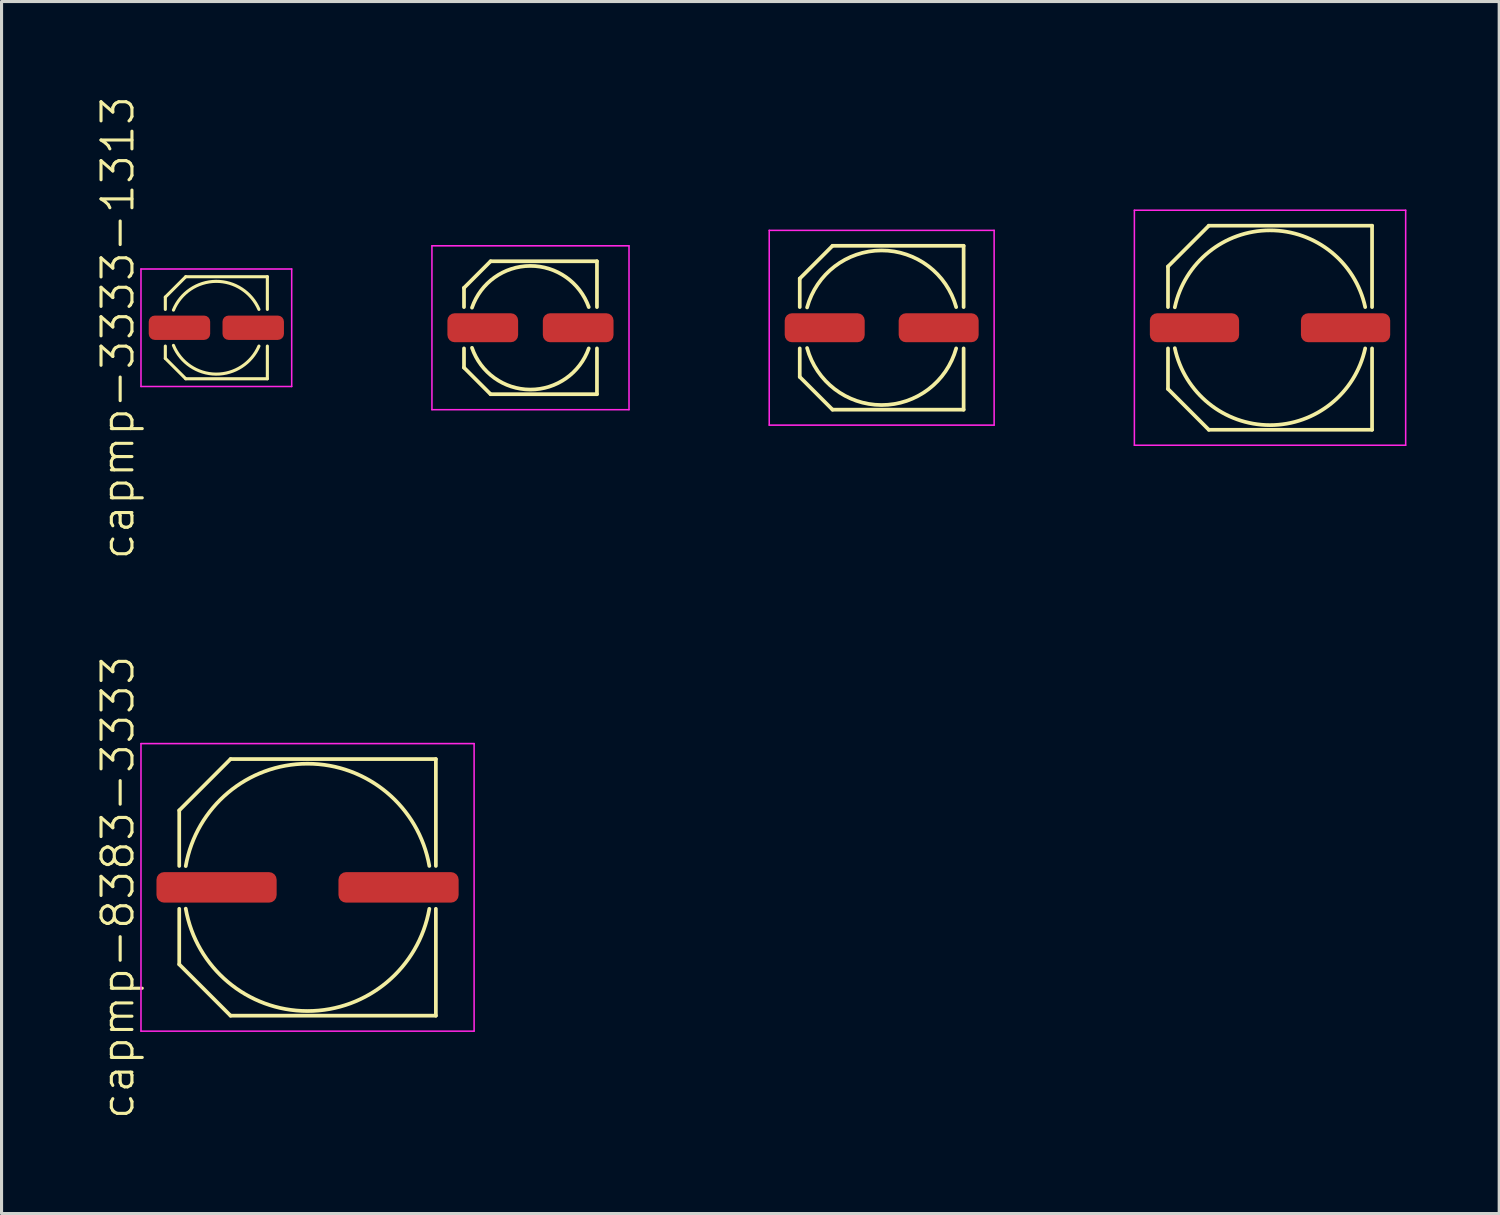
<source format=kicad_pcb>
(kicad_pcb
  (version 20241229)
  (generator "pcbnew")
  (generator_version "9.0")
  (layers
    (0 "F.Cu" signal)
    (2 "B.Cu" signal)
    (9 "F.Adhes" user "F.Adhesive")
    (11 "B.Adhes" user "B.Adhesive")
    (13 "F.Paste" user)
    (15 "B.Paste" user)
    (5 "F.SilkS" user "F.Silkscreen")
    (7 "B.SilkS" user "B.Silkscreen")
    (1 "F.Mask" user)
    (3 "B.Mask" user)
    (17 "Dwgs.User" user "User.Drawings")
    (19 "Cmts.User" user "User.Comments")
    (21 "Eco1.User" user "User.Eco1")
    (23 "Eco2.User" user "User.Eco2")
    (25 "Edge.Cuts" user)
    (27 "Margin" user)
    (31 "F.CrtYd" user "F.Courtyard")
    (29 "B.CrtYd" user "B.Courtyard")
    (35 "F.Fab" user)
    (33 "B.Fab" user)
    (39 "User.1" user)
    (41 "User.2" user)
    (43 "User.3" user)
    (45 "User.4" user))
  (footprint "capmp-6666-2626"
    (layer "F.Cu")
    (at 38.026 7.55)
    (property "Reference" "capmp-6666-2626" (at -5.137 0 90) (layer "User.1") (effects (font (size 1 1) (thickness 0.1))))
    (attr through_hole)
    (fp_line (start -3.3 -1.98) (end -1.98 -3.3) (stroke (width 0.12) (type solid)) (layer "F.SilkS"))
    (fp_line (start -3.3 -0.668) (end -3.3 -1.98) (stroke (width 0.12) (type solid)) (layer "F.SilkS"))
    (fp_line (start -3.3 1.98) (end -3.3 0.668) (stroke (width 0.12) (type solid)) (layer "F.SilkS"))
    (fp_line (start -1.98 -3.3) (end 3.3 -3.3) (stroke (width 0.12) (type solid)) (layer "F.SilkS"))
    (fp_line (start -1.98 3.3) (end -3.3 1.98) (stroke (width 0.12) (type solid)) (layer "F.SilkS"))
    (fp_line (start 3.3 -3.3) (end 3.3 -0.668) (stroke (width 0.12) (type solid)) (layer "F.SilkS"))
    (fp_line (start 3.3 0.668) (end 3.3 3.3) (stroke (width 0.12) (type solid)) (layer "F.SilkS"))
    (fp_line (start 3.3 3.3) (end -1.98 3.3) (stroke (width 0.12) (type solid)) (layer "F.SilkS"))
    (fp_arc (start -3.079535 -0.660888) (mid -0.003638 -3.14965) (end 3.078 -0.668) (stroke (width 0.12) (type solid)) (layer "F.SilkS"))
    (fp_arc (start 3.078 0.668) (mid -0.003638 3.14965) (end -3.079535 0.660888) (stroke (width 0.12) (type solid)) (layer "F.SilkS"))
    (fp_line (start -3.3 -1.98) (end -1.98 -3.3) (stroke (width 0.12) (type solid)) (layer "Eco1.User"))
    (fp_line (start -3.3 1.98) (end -3.3 -1.98) (stroke (width 0.12) (type solid)) (layer "Eco1.User"))
    (fp_line (start -1.98 -3.3) (end 3.3 -3.3) (stroke (width 0.12) (type solid)) (layer "Eco1.User"))
    (fp_line (start -1.98 3.3) (end -3.3 1.98) (stroke (width 0.12) (type solid)) (layer "Eco1.User"))
    (fp_line (start 1.65 -2.683) (end 1.65 2.683) (stroke (width 0.12) (type solid)) (layer "Eco1.User"))
    (fp_line (start 3.3 -3.3) (end 3.3 3.3) (stroke (width 0.12) (type solid)) (layer "Eco1.User"))
    (fp_line (start 3.3 3.3) (end -1.98 3.3) (stroke (width 0.12) (type solid)) (layer "Eco1.User"))
    (fp_circle (center 0 0) (end 3.15 0) (stroke (width 0.12) (type solid)) (fill no) (layer "Eco1.User"))
    (fp_circle (center 0 0) (end 3.15 0) (stroke (width 0.12) (type solid)) (fill no) (layer "Eco1.User"))
    (fp_line (start -4.387 -3.8) (end -4.387 3.8) (stroke (width 0.05) (type solid)) (layer "F.CrtYd"))
    (fp_line (start -4.387 3.8) (end 4.387 3.8) (stroke (width 0.05) (type solid)) (layer "F.CrtYd"))
    (fp_line (start 4.387 -3.8) (end -4.387 -3.8) (stroke (width 0.05) (type solid)) (layer "F.CrtYd"))
    (fp_line (start 4.387 3.8) (end 4.387 -3.8) (stroke (width 0.05) (type solid)) (layer "F.CrtYd"))
    (pad "1" smd roundrect (at -2.443 0) (size 2.887 0.937) (layers "F.Cu" "F.Mask" "F.Paste") (roundrect_rratio 0.25))
    (pad "2" smd roundrect (at 2.443 0) (size 2.887 0.937) (layers "F.Cu" "F.Mask" "F.Paste") (roundrect_rratio 0.25)))
  (footprint "capmp-5353-2121"
    (layer "F.Cu")
    (at 25.466 7.55)
    (property "Reference" "capmp-5353-2121" (at -4.387 0 90) (layer "User.1") (effects (font (size 1 1) (thickness 0.1))))
    (attr through_hole)
    (fp_line (start -2.65 -1.59) (end -1.59 -2.65) (stroke (width 0.12) (type solid)) (layer "F.SilkS"))
    (fp_line (start -2.65 -0.668) (end -2.65 -1.59) (stroke (width 0.12) (type solid)) (layer "F.SilkS"))
    (fp_line (start -2.65 1.59) (end -2.65 0.668) (stroke (width 0.12) (type solid)) (layer "F.SilkS"))
    (fp_line (start -1.59 -2.65) (end 2.65 -2.65) (stroke (width 0.12) (type solid)) (layer "F.SilkS"))
    (fp_line (start -1.59 2.65) (end -2.65 1.59) (stroke (width 0.12) (type solid)) (layer "F.SilkS"))
    (fp_line (start 2.65 -2.65) (end 2.65 -0.668) (stroke (width 0.12) (type solid)) (layer "F.SilkS"))
    (fp_line (start 2.65 0.668) (end 2.65 2.65) (stroke (width 0.12) (type solid)) (layer "F.SilkS"))
    (fp_line (start 2.65 2.65) (end -1.59 2.65) (stroke (width 0.12) (type solid)) (layer "F.SilkS"))
    (fp_arc (start -2.412141 -0.656569) (mid -0.005927 -2.499894) (end 2.409 -0.668) (stroke (width 0.12) (type solid)) (layer "F.SilkS"))
    (fp_arc (start 2.409 0.668) (mid -0.005927 2.499894) (end -2.412141 0.656569) (stroke (width 0.12) (type solid)) (layer "F.SilkS"))
    (fp_line (start -2.65 -1.59) (end -1.59 -2.65) (stroke (width 0.12) (type solid)) (layer "Eco1.User"))
    (fp_line (start -2.65 1.59) (end -2.65 -1.59) (stroke (width 0.12) (type solid)) (layer "Eco1.User"))
    (fp_line (start -1.59 -2.65) (end 2.65 -2.65) (stroke (width 0.12) (type solid)) (layer "Eco1.User"))
    (fp_line (start -1.59 2.65) (end -2.65 1.59) (stroke (width 0.12) (type solid)) (layer "Eco1.User"))
    (fp_line (start 1.325 -2.12) (end 1.325 2.12) (stroke (width 0.12) (type solid)) (layer "Eco1.User"))
    (fp_line (start 2.65 -2.65) (end 2.65 2.65) (stroke (width 0.12) (type solid)) (layer "Eco1.User"))
    (fp_line (start 2.65 2.65) (end -1.59 2.65) (stroke (width 0.12) (type solid)) (layer "Eco1.User"))
    (fp_circle (center 0 0) (end 2.5 0) (stroke (width 0.12) (type solid)) (fill no) (layer "Eco1.User"))
    (fp_circle (center 0 0) (end 2.5 0) (stroke (width 0.12) (type solid)) (fill no) (layer "Eco1.User"))
    (fp_line (start -3.637 -3.15) (end -3.637 3.15) (stroke (width 0.05) (type solid)) (layer "F.CrtYd"))
    (fp_line (start -3.637 3.15) (end 3.637 3.15) (stroke (width 0.05) (type solid)) (layer "F.CrtYd"))
    (fp_line (start 3.637 -3.15) (end -3.637 -3.15) (stroke (width 0.05) (type solid)) (layer "F.CrtYd"))
    (fp_line (start 3.637 3.15) (end 3.637 -3.15) (stroke (width 0.05) (type solid)) (layer "F.CrtYd"))
    (pad "1" smd roundrect (at -1.843 0) (size 2.587 0.937) (layers "F.Cu" "F.Mask" "F.Paste") (roundrect_rratio 0.25))
    (pad "2" smd roundrect (at 1.843 0) (size 2.587 0.937) (layers "F.Cu" "F.Mask" "F.Paste") (roundrect_rratio 0.25)))
  (footprint "capmp-8383-3333"
    (layer "F.Cu")
    (at 6.897 25.65)
    (property "Reference" "capmp-8383-3333" (at -6.137 0 90) (layer "F.SilkS") (effects (font (size 1 1) (thickness 0.1))))
    (attr through_hole)
    (fp_line (start -4.15 -2.49) (end -2.49 -4.15) (stroke (width 0.12) (type solid)) (layer "F.SilkS"))
    (fp_line (start -4.15 -0.693) (end -4.15 -2.49) (stroke (width 0.12) (type solid)) (layer "F.SilkS"))
    (fp_line (start -4.15 2.49) (end -4.15 0.693) (stroke (width 0.12) (type solid)) (layer "F.SilkS"))
    (fp_line (start -2.49 -4.15) (end 4.15 -4.15) (stroke (width 0.12) (type solid)) (layer "F.SilkS"))
    (fp_line (start -2.49 4.15) (end -4.15 2.49) (stroke (width 0.12) (type solid)) (layer "F.SilkS"))
    (fp_line (start 4.15 -4.15) (end 4.15 -0.693) (stroke (width 0.12) (type solid)) (layer "F.SilkS"))
    (fp_line (start 4.15 0.693) (end 4.15 4.15) (stroke (width 0.12) (type solid)) (layer "F.SilkS"))
    (fp_line (start 4.15 4.15) (end -2.49 4.15) (stroke (width 0.12) (type solid)) (layer "F.SilkS"))
    (fp_arc (start -3.939834 -0.688241) (mid -0.002416 -3.999495) (end 3.939 -0.693) (stroke (width 0.12) (type solid)) (layer "F.SilkS"))
    (fp_arc (start 3.939 0.693) (mid -0.002416 3.999495) (end -3.939834 0.688241) (stroke (width 0.12) (type solid)) (layer "F.SilkS"))
    (fp_line (start -4.15 -2.49) (end -2.49 -4.15) (stroke (width 0.12) (type solid)) (layer "Eco1.User"))
    (fp_line (start -4.15 2.49) (end -4.15 -2.49) (stroke (width 0.12) (type solid)) (layer "Eco1.User"))
    (fp_line (start -2.49 -4.15) (end 4.15 -4.15) (stroke (width 0.12) (type solid)) (layer "Eco1.User"))
    (fp_line (start -2.49 4.15) (end -4.15 2.49) (stroke (width 0.12) (type solid)) (layer "Eco1.User"))
    (fp_line (start 2.075 -3.42) (end 2.075 3.42) (stroke (width 0.12) (type solid)) (layer "Eco1.User"))
    (fp_line (start 4.15 -4.15) (end 4.15 4.15) (stroke (width 0.12) (type solid)) (layer "Eco1.User"))
    (fp_line (start 4.15 4.15) (end -2.49 4.15) (stroke (width 0.12) (type solid)) (layer "Eco1.User"))
    (fp_circle (center 0 0) (end 4 0) (stroke (width 0.12) (type solid)) (fill no) (layer "Eco1.User"))
    (fp_circle (center 0 0) (end 4 0) (stroke (width 0.12) (type solid)) (fill no) (layer "Eco1.User"))
    (fp_line (start -5.387 -4.65) (end -5.387 4.65) (stroke (width 0.05) (type solid)) (layer "F.CrtYd"))
    (fp_line (start -5.387 4.65) (end 5.387 4.65) (stroke (width 0.05) (type solid)) (layer "F.CrtYd"))
    (fp_line (start 5.387 -4.65) (end -5.387 -4.65) (stroke (width 0.05) (type solid)) (layer "F.CrtYd"))
    (fp_line (start 5.387 4.65) (end 5.387 -4.65) (stroke (width 0.05) (type solid)) (layer "F.CrtYd"))
    (pad "1" smd roundrect (at -2.943 0) (size 3.887 0.987) (layers "F.Cu" "F.Mask" "F.Paste") (roundrect_rratio 0.25))
    (pad "2" smd roundrect (at 2.943 0) (size 3.887 0.987) (layers "F.Cu" "F.Mask" "F.Paste") (roundrect_rratio 0.25)))
  (footprint "capmp-3333-1313"
    (layer "F.Cu")
    (at 3.947 7.55)
    (property "Reference" "capmp-3333-1313" (at -3.187 0 90) (layer "F.SilkS") (effects (font (size 1 1) (thickness 0.1))))
    (attr through_hole)
    (fp_line (start -1.65 -0.99) (end -0.99 -1.65) (stroke (width 0.1) (type solid)) (layer "F.SilkS"))
    (fp_line (start -1.65 -0.593) (end -1.65 -0.99) (stroke (width 0.1) (type solid)) (layer "F.SilkS"))
    (fp_line (start -1.65 0.99) (end -1.65 0.593) (stroke (width 0.1) (type solid)) (layer "F.SilkS"))
    (fp_line (start -0.99 -1.65) (end 1.65 -1.65) (stroke (width 0.1) (type solid)) (layer "F.SilkS"))
    (fp_line (start -0.99 1.65) (end -1.65 0.99) (stroke (width 0.1) (type solid)) (layer "F.SilkS"))
    (fp_line (start 1.65 -1.65) (end 1.65 -0.593) (stroke (width 0.1) (type solid)) (layer "F.SilkS"))
    (fp_line (start 1.65 0.593) (end 1.65 1.65) (stroke (width 0.1) (type solid)) (layer "F.SilkS"))
    (fp_line (start 1.65 1.65) (end -0.99 1.65) (stroke (width 0.1) (type solid)) (layer "F.SilkS"))
    (fp_arc (start -1.38756 -0.570273) (mid -0.012328 -1.500127) (end 1.378 -0.593) (stroke (width 0.1) (type solid)) (layer "F.SilkS"))
    (fp_arc (start 1.378 0.593) (mid -0.012328 1.500127) (end -1.38756 0.570273) (stroke (width 0.1) (type solid)) (layer "F.SilkS"))
    (fp_line (start -1.65 -0.99) (end -0.99 -1.65) (stroke (width 0.1) (type solid)) (layer "Eco1.User"))
    (fp_line (start -1.65 0.99) (end -1.65 -0.99) (stroke (width 0.1) (type solid)) (layer "Eco1.User"))
    (fp_line (start -0.99 -1.65) (end 1.65 -1.65) (stroke (width 0.1) (type solid)) (layer "Eco1.User"))
    (fp_line (start -0.99 1.65) (end -1.65 0.99) (stroke (width 0.1) (type solid)) (layer "Eco1.User"))
    (fp_line (start 0.825 -1.253) (end 0.825 1.253) (stroke (width 0.1) (type solid)) (layer "Eco1.User"))
    (fp_line (start 1.65 -1.65) (end 1.65 1.65) (stroke (width 0.1) (type solid)) (layer "Eco1.User"))
    (fp_line (start 1.65 1.65) (end -0.99 1.65) (stroke (width 0.1) (type solid)) (layer "Eco1.User"))
    (fp_circle (center 0 0) (end 1.5 0) (stroke (width 0.1) (type solid)) (fill no) (layer "Eco1.User"))
    (fp_circle (center 0 0) (end 1.5 0) (stroke (width 0.1) (type solid)) (fill no) (layer "Eco1.User"))
    (fp_line (start -2.437 -1.9) (end -2.437 1.9) (stroke (width 0.05) (type solid)) (layer "F.CrtYd"))
    (fp_line (start -2.437 1.9) (end 2.437 1.9) (stroke (width 0.05) (type solid)) (layer "F.CrtYd"))
    (fp_line (start 2.437 -1.9) (end -2.437 -1.9) (stroke (width 0.05) (type solid)) (layer "F.CrtYd"))
    (fp_line (start 2.437 1.9) (end 2.437 -1.9) (stroke (width 0.05) (type solid)) (layer "F.CrtYd"))
    (pad "1" smd roundrect (at -1.193 0) (size 1.987 0.787) (layers "F.Cu" "F.Mask" "F.Paste") (roundrect_rratio 0.25))
    (pad "2" smd roundrect (at 1.193 0) (size 1.987 0.787) (layers "F.Cu" "F.Mask" "F.Paste") (roundrect_rratio 0.25)))
  (footprint "capmp-4343-1717"
    (layer "F.Cu")
    (at 14.107 7.55)
    (property "Reference" "capmp-4343-1717" (at -3.937 0 90) (layer "User.1") (effects (font (size 1 1) (thickness 0.1))))
    (attr through_hole)
    (fp_line (start -2.15 -1.29) (end -1.29 -2.15) (stroke (width 0.12) (type solid)) (layer "F.SilkS"))
    (fp_line (start -2.15 -0.668) (end -2.15 -1.29) (stroke (width 0.12) (type solid)) (layer "F.SilkS"))
    (fp_line (start -2.15 1.29) (end -2.15 0.668) (stroke (width 0.12) (type solid)) (layer "F.SilkS"))
    (fp_line (start -1.29 -2.15) (end 2.15 -2.15) (stroke (width 0.12) (type solid)) (layer "F.SilkS"))
    (fp_line (start -1.29 2.15) (end -2.15 1.29) (stroke (width 0.12) (type solid)) (layer "F.SilkS"))
    (fp_line (start 2.15 -2.15) (end 2.15 -0.668) (stroke (width 0.12) (type solid)) (layer "F.SilkS"))
    (fp_line (start 2.15 0.668) (end 2.15 2.15) (stroke (width 0.12) (type solid)) (layer "F.SilkS"))
    (fp_line (start 2.15 2.15) (end -1.29 2.15) (stroke (width 0.12) (type solid)) (layer "F.SilkS"))
    (fp_arc (start -1.891385 -0.649701) (mid -0.00969 -1.999839) (end 1.885 -0.668) (stroke (width 0.12) (type solid)) (layer "F.SilkS"))
    (fp_arc (start 1.885 0.668) (mid -0.00969 1.999839) (end -1.891385 0.649701) (stroke (width 0.12) (type solid)) (layer "F.SilkS"))
    (fp_line (start -2.15 -1.29) (end -1.29 -2.15) (stroke (width 0.12) (type solid)) (layer "Eco1.User"))
    (fp_line (start -2.15 1.29) (end -2.15 -1.29) (stroke (width 0.12) (type solid)) (layer "Eco1.User"))
    (fp_line (start -1.29 -2.15) (end 2.15 -2.15) (stroke (width 0.12) (type solid)) (layer "Eco1.User"))
    (fp_line (start -1.29 2.15) (end -2.15 1.29) (stroke (width 0.12) (type solid)) (layer "Eco1.User"))
    (fp_line (start 1.075 -1.687) (end 1.075 1.687) (stroke (width 0.12) (type solid)) (layer "Eco1.User"))
    (fp_line (start 2.15 -2.15) (end 2.15 2.15) (stroke (width 0.12) (type solid)) (layer "Eco1.User"))
    (fp_line (start 2.15 2.15) (end -1.29 2.15) (stroke (width 0.12) (type solid)) (layer "Eco1.User"))
    (fp_circle (center 0 0) (end 2 0) (stroke (width 0.12) (type solid)) (fill no) (layer "Eco1.User"))
    (fp_circle (center 0 0) (end 2 0) (stroke (width 0.12) (type solid)) (fill no) (layer "Eco1.User"))
    (fp_line (start -3.187 -2.65) (end -3.187 2.65) (stroke (width 0.05) (type solid)) (layer "F.CrtYd"))
    (fp_line (start -3.187 2.65) (end 3.187 2.65) (stroke (width 0.05) (type solid)) (layer "F.CrtYd"))
    (fp_line (start 3.187 -2.65) (end -3.187 -2.65) (stroke (width 0.05) (type solid)) (layer "F.CrtYd"))
    (fp_line (start 3.187 2.65) (end 3.187 -2.65) (stroke (width 0.05) (type solid)) (layer "F.CrtYd"))
    (pad "1" smd roundrect (at -1.543 0) (size 2.287 0.937) (layers "F.Cu" "F.Mask" "F.Paste") (roundrect_rratio 0.25))
    (pad "2" smd roundrect (at 1.543 0) (size 2.287 0.937) (layers "F.Cu" "F.Mask" "F.Paste") (roundrect_rratio 0.25)))
  (gr_rect
    (start -3 -3)
    (end 45.438 36.2)
    (stroke (width 0.1) (type default))
    (fill no)
    (layer "Edge.Cuts")))
</source>
